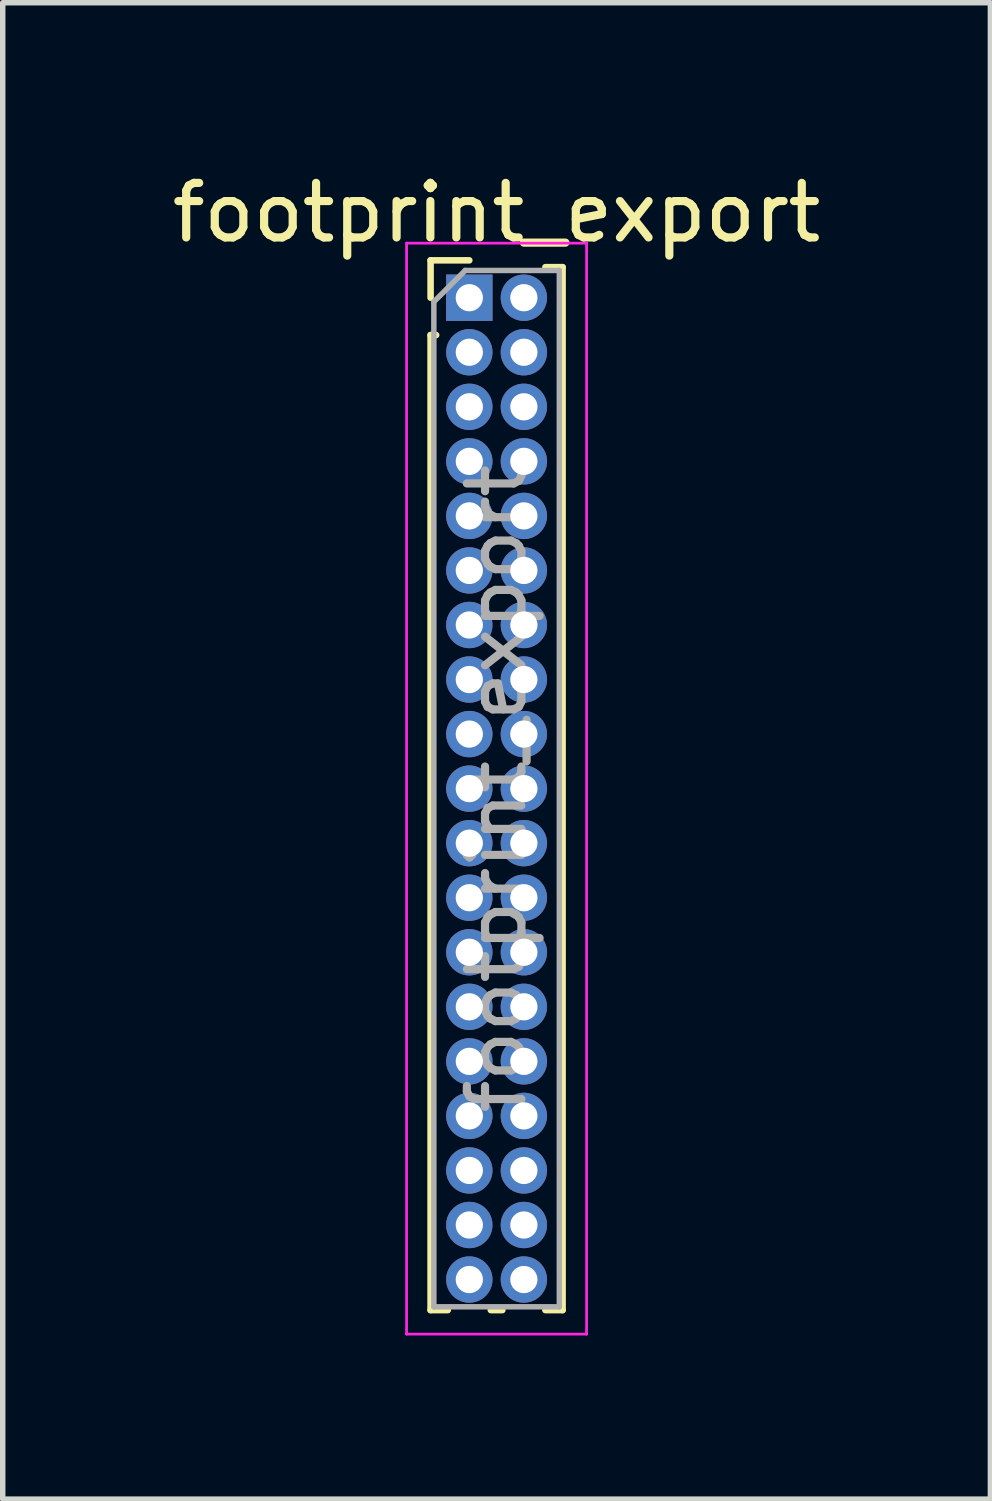
<source format=kicad_pcb>
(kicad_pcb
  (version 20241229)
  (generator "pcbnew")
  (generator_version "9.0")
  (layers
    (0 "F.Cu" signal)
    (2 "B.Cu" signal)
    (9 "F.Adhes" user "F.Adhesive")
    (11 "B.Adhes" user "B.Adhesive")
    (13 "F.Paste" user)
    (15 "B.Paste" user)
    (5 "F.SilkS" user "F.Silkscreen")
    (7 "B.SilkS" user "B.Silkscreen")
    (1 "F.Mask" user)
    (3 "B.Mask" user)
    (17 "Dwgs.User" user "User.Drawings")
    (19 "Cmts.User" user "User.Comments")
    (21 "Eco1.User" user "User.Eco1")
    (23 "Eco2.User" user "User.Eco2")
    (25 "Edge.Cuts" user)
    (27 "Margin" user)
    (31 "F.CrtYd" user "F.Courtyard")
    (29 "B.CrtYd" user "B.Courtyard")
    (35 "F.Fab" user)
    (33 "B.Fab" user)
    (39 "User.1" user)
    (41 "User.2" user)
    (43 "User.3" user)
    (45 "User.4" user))
  (footprint "footprint_export"
    (layer "F.Cu")
    (at 5.554 2.408)
    (property "Reference" "footprint_export" (at 0.5 -1.56 0) (layer "F.SilkS") (effects (font (size 1 1) (thickness 0.15))))
    (attr through_hole)
    (fp_line (start -0.71 -0.685) (end 0 -0.685) (stroke (width 0.12) (type solid)) (layer "F.SilkS"))
    (fp_line (start -0.71 0) (end -0.71 -0.685) (stroke (width 0.12) (type solid)) (layer "F.SilkS"))
    (fp_line (start -0.71 0.685) (end -0.71 18.56) (stroke (width 0.12) (type solid)) (layer "F.SilkS"))
    (fp_line (start -0.71 0.685) (end -0.608 0.685) (stroke (width 0.12) (type solid)) (layer "F.SilkS"))
    (fp_line (start -0.71 18.56) (end -0.394 18.56) (stroke (width 0.12) (type solid)) (layer "F.SilkS"))
    (fp_line (start 0.394 18.56) (end 0.606 18.56) (stroke (width 0.12) (type solid)) (layer "F.SilkS"))
    (fp_line (start 1.394 -0.56) (end 1.71 -0.56) (stroke (width 0.12) (type solid)) (layer "F.SilkS"))
    (fp_line (start 1.394 18.56) (end 1.71 18.56) (stroke (width 0.12) (type solid)) (layer "F.SilkS"))
    (fp_line (start 1.71 -0.56) (end 1.71 18.56) (stroke (width 0.12) (type solid)) (layer "F.SilkS"))
    (fp_line (start -1.15 -1) (end -1.15 19) (stroke (width 0.05) (type solid)) (layer "F.CrtYd"))
    (fp_line (start -1.15 19) (end 2.15 19) (stroke (width 0.05) (type solid)) (layer "F.CrtYd"))
    (fp_line (start 2.15 -1) (end -1.15 -1) (stroke (width 0.05) (type solid)) (layer "F.CrtYd"))
    (fp_line (start 2.15 19) (end 2.15 -1) (stroke (width 0.05) (type solid)) (layer "F.CrtYd"))
    (fp_line (start -0.65 0.075) (end -0.075 -0.5) (stroke (width 0.1) (type solid)) (layer "F.Fab"))
    (fp_line (start -0.65 18.5) (end -0.65 0.075) (stroke (width 0.1) (type solid)) (layer "F.Fab"))
    (fp_line (start -0.075 -0.5) (end 1.65 -0.5) (stroke (width 0.1) (type solid)) (layer "F.Fab"))
    (fp_line (start 1.65 -0.5) (end 1.65 18.5) (stroke (width 0.1) (type solid)) (layer "F.Fab"))
    (fp_line (start 1.65 18.5) (end -0.65 18.5) (stroke (width 0.1) (type solid)) (layer "F.Fab"))
    (fp_text user "${REFERENCE}" (at 0.5 9 90) (layer "F.Fab") (effects (font (size 1 1) (thickness 0.15))))
    (pad "1" thru_hole rect (at 0 0) (size 0.85 0.85) (drill 0.5) (layers "*.Cu" "*.Mask"))
    (pad "2" thru_hole oval (at 1 0) (size 0.85 0.85) (drill 0.5) (layers "*.Cu" "*.Mask"))
    (pad "3" thru_hole oval (at 0 1) (size 0.85 0.85) (drill 0.5) (layers "*.Cu" "*.Mask"))
    (pad "4" thru_hole oval (at 1 1) (size 0.85 0.85) (drill 0.5) (layers "*.Cu" "*.Mask"))
    (pad "5" thru_hole oval (at 0 2) (size 0.85 0.85) (drill 0.5) (layers "*.Cu" "*.Mask"))
    (pad "6" thru_hole oval (at 1 2) (size 0.85 0.85) (drill 0.5) (layers "*.Cu" "*.Mask"))
    (pad "7" thru_hole oval (at 0 3) (size 0.85 0.85) (drill 0.5) (layers "*.Cu" "*.Mask"))
    (pad "8" thru_hole oval (at 1 3) (size 0.85 0.85) (drill 0.5) (layers "*.Cu" "*.Mask"))
    (pad "9" thru_hole oval (at 0 4) (size 0.85 0.85) (drill 0.5) (layers "*.Cu" "*.Mask"))
    (pad "10" thru_hole oval (at 1 4) (size 0.85 0.85) (drill 0.5) (layers "*.Cu" "*.Mask"))
    (pad "11" thru_hole oval (at 0 5) (size 0.85 0.85) (drill 0.5) (layers "*.Cu" "*.Mask"))
    (pad "12" thru_hole oval (at 1 5) (size 0.85 0.85) (drill 0.5) (layers "*.Cu" "*.Mask"))
    (pad "13" thru_hole oval (at 0 6) (size 0.85 0.85) (drill 0.5) (layers "*.Cu" "*.Mask"))
    (pad "14" thru_hole oval (at 1 6) (size 0.85 0.85) (drill 0.5) (layers "*.Cu" "*.Mask"))
    (pad "15" thru_hole oval (at 0 7) (size 0.85 0.85) (drill 0.5) (layers "*.Cu" "*.Mask"))
    (pad "16" thru_hole oval (at 1 7) (size 0.85 0.85) (drill 0.5) (layers "*.Cu" "*.Mask"))
    (pad "17" thru_hole oval (at 0 8) (size 0.85 0.85) (drill 0.5) (layers "*.Cu" "*.Mask"))
    (pad "18" thru_hole oval (at 1 8) (size 0.85 0.85) (drill 0.5) (layers "*.Cu" "*.Mask"))
    (pad "19" thru_hole oval (at 0 9) (size 0.85 0.85) (drill 0.5) (layers "*.Cu" "*.Mask"))
    (pad "20" thru_hole oval (at 1 9) (size 0.85 0.85) (drill 0.5) (layers "*.Cu" "*.Mask"))
    (pad "21" thru_hole oval (at 0 10) (size 0.85 0.85) (drill 0.5) (layers "*.Cu" "*.Mask"))
    (pad "22" thru_hole oval (at 1 10) (size 0.85 0.85) (drill 0.5) (layers "*.Cu" "*.Mask"))
    (pad "23" thru_hole oval (at 0 11) (size 0.85 0.85) (drill 0.5) (layers "*.Cu" "*.Mask"))
    (pad "24" thru_hole oval (at 1 11) (size 0.85 0.85) (drill 0.5) (layers "*.Cu" "*.Mask"))
    (pad "25" thru_hole oval (at 0 12) (size 0.85 0.85) (drill 0.5) (layers "*.Cu" "*.Mask"))
    (pad "26" thru_hole oval (at 1 12) (size 0.85 0.85) (drill 0.5) (layers "*.Cu" "*.Mask"))
    (pad "27" thru_hole oval (at 0 13) (size 0.85 0.85) (drill 0.5) (layers "*.Cu" "*.Mask"))
    (pad "28" thru_hole oval (at 1 13) (size 0.85 0.85) (drill 0.5) (layers "*.Cu" "*.Mask"))
    (pad "29" thru_hole oval (at 0 14) (size 0.85 0.85) (drill 0.5) (layers "*.Cu" "*.Mask"))
    (pad "30" thru_hole oval (at 1 14) (size 0.85 0.85) (drill 0.5) (layers "*.Cu" "*.Mask"))
    (pad "31" thru_hole oval (at 0 15) (size 0.85 0.85) (drill 0.5) (layers "*.Cu" "*.Mask"))
    (pad "32" thru_hole oval (at 1 15) (size 0.85 0.85) (drill 0.5) (layers "*.Cu" "*.Mask"))
    (pad "33" thru_hole oval (at 0 16) (size 0.85 0.85) (drill 0.5) (layers "*.Cu" "*.Mask"))
    (pad "34" thru_hole oval (at 1 16) (size 0.85 0.85) (drill 0.5) (layers "*.Cu" "*.Mask"))
    (pad "35" thru_hole oval (at 0 17) (size 0.85 0.85) (drill 0.5) (layers "*.Cu" "*.Mask"))
    (pad "36" thru_hole oval (at 1 17) (size 0.85 0.85) (drill 0.5) (layers "*.Cu" "*.Mask"))
    (pad "37" thru_hole oval (at 0 18) (size 0.85 0.85) (drill 0.5) (layers "*.Cu" "*.Mask"))
    (pad "38" thru_hole oval (at 1 18) (size 0.85 0.85) (drill 0.5) (layers "*.Cu" "*.Mask")))
  (gr_rect
    (start -3 -3)
    (end 15.107 24.433)
    (stroke (width 0.1) (type default))
    (fill no)
    (layer "Edge.Cuts")))
</source>
